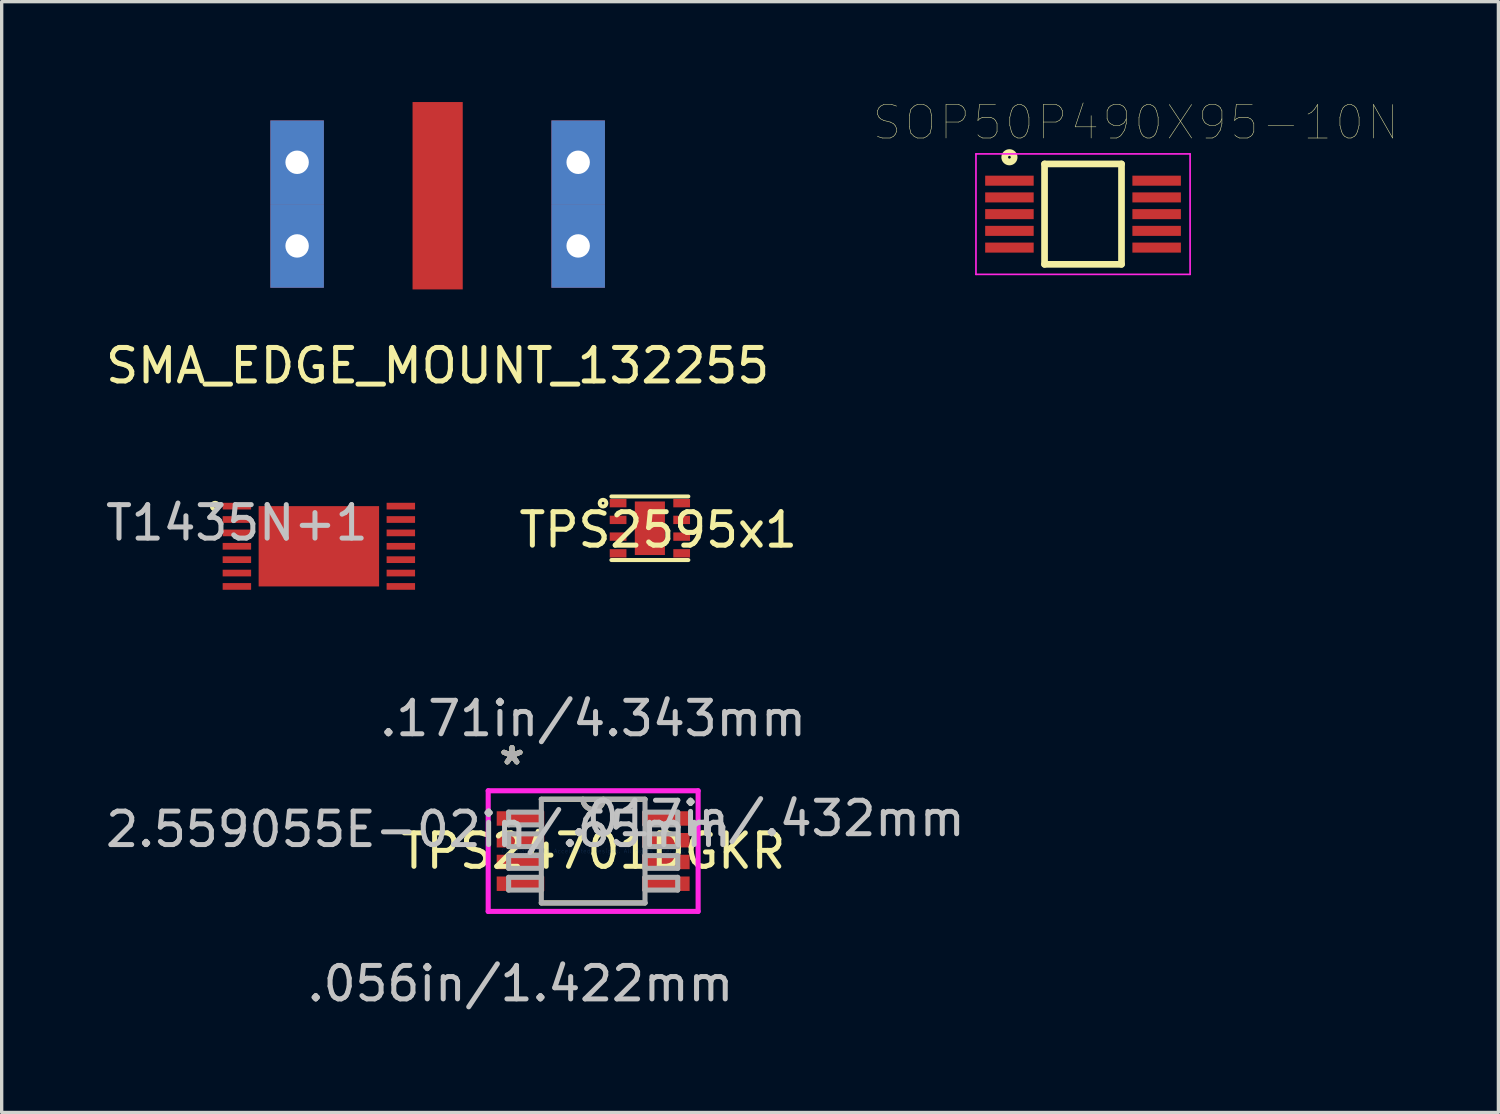
<source format=kicad_pcb>
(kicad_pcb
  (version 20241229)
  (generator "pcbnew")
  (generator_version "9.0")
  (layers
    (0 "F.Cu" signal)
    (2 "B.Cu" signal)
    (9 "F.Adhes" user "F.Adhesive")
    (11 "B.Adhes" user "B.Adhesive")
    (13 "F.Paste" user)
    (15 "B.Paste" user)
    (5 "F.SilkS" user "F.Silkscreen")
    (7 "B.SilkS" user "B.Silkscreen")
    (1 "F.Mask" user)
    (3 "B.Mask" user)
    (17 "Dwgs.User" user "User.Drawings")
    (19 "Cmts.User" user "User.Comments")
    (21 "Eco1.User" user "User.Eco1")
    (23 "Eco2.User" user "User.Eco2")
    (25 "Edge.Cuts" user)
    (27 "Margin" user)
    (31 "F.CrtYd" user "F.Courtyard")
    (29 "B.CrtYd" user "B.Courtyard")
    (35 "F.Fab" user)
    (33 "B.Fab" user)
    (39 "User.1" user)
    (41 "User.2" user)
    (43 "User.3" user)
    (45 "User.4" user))
  (footprint "SMA_EDGE_MOUNT_132255"
    (layer "F.Cu")
    (at 10.03 2.8)
    (property "Reference" "SMA_EDGE_MOUNT_132255" (at 0 5.08 0) (layer "F.SilkS") (effects (font (size 1 1) (thickness 0.15))))
    (attr through_hole)
    (pad "1" thru_hole rect (at -4.2 -1) (size 1.6 2.5) (drill 0.7) (layers "*.Cu" "*.Paste" "*.Mask"))
    (pad "1" thru_hole rect (at -4.2 1.5) (size 1.6 2.5) (drill 0.7) (layers "*.Cu" "*.Paste" "*.Mask"))
    (pad "2" smd rect (at 0 0) (size 1.5 5.6) (layers "F.Cu" "F.Mask" "F.Paste"))
    (pad "3" thru_hole rect (at 4.2 -1) (size 1.6 2.5) (drill 0.7) (layers "*.Cu" "*.Paste" "*.Mask"))
    (pad "3" thru_hole rect (at 4.2 1.5) (size 1.6 2.5) (drill 0.7) (layers "*.Cu" "*.Paste" "*.Mask")))
  (footprint "TPS24701DGKR"
    (layer "F.Cu")
    (at 14.678 22.387)
    (property "Reference" "TPS24701DGKR" (at 0 0 0) (layer "F.SilkS") (effects (font (size 1 1) (thickness 0.15))))
    (attr through_hole)
    (fp_line (start -1.549 1.549) (end 1.549 1.549) (stroke (width 0.152) (type solid)) (layer "F.SilkS"))
    (fp_line (start 1.549 -1.549) (end -1.549 -1.549) (stroke (width 0.152) (type solid)) (layer "F.SilkS"))
    (fp_arc (start 0.3048 -1.5494) (mid 0 -1.2446) (end -0.3048 -1.5494) (stroke (width 0.1524) (type solid)) (layer "F.SilkS"))
    (fp_line (start -3.137 -1.803) (end 3.137 -1.803) (stroke (width 0.152) (type solid)) (layer "F.CrtYd"))
    (fp_line (start -3.137 1.803) (end -3.137 -1.803) (stroke (width 0.152) (type solid)) (layer "F.CrtYd"))
    (fp_line (start 3.137 -1.803) (end 3.137 1.803) (stroke (width 0.152) (type solid)) (layer "F.CrtYd"))
    (fp_line (start 3.137 1.803) (end -3.137 1.803) (stroke (width 0.152) (type solid)) (layer "F.CrtYd"))
    (fp_line (start -2.527 -1.165) (end -2.527 -0.784) (stroke (width 0.152) (type solid)) (layer "F.Fab"))
    (fp_line (start -2.527 -0.784) (end -1.549 -0.784) (stroke (width 0.152) (type solid)) (layer "F.Fab"))
    (fp_line (start -2.527 -0.515) (end -2.527 -0.135) (stroke (width 0.152) (type solid)) (layer "F.Fab"))
    (fp_line (start -2.527 -0.135) (end -1.549 -0.135) (stroke (width 0.152) (type solid)) (layer "F.Fab"))
    (fp_line (start -2.527 0.135) (end -2.527 0.515) (stroke (width 0.152) (type solid)) (layer "F.Fab"))
    (fp_line (start -2.527 0.515) (end -1.549 0.515) (stroke (width 0.152) (type solid)) (layer "F.Fab"))
    (fp_line (start -2.527 0.784) (end -2.527 1.165) (stroke (width 0.152) (type solid)) (layer "F.Fab"))
    (fp_line (start -2.527 1.165) (end -1.549 1.165) (stroke (width 0.152) (type solid)) (layer "F.Fab"))
    (fp_line (start -1.549 -1.549) (end -1.549 1.549) (stroke (width 0.152) (type solid)) (layer "F.Fab"))
    (fp_line (start -1.549 -1.165) (end -2.527 -1.165) (stroke (width 0.152) (type solid)) (layer "F.Fab"))
    (fp_line (start -1.549 -0.784) (end -1.549 -1.165) (stroke (width 0.152) (type solid)) (layer "F.Fab"))
    (fp_line (start -1.549 -0.515) (end -2.527 -0.515) (stroke (width 0.152) (type solid)) (layer "F.Fab"))
    (fp_line (start -1.549 -0.135) (end -1.549 -0.515) (stroke (width 0.152) (type solid)) (layer "F.Fab"))
    (fp_line (start -1.549 0.135) (end -2.527 0.135) (stroke (width 0.152) (type solid)) (layer "F.Fab"))
    (fp_line (start -1.549 0.515) (end -1.549 0.135) (stroke (width 0.152) (type solid)) (layer "F.Fab"))
    (fp_line (start -1.549 0.784) (end -2.527 0.784) (stroke (width 0.152) (type solid)) (layer "F.Fab"))
    (fp_line (start -1.549 1.165) (end -1.549 0.784) (stroke (width 0.152) (type solid)) (layer "F.Fab"))
    (fp_line (start -1.549 1.549) (end 1.549 1.549) (stroke (width 0.152) (type solid)) (layer "F.Fab"))
    (fp_line (start 1.549 -1.549) (end -1.549 -1.549) (stroke (width 0.152) (type solid)) (layer "F.Fab"))
    (fp_line (start 1.549 -1.165) (end 1.549 -0.784) (stroke (width 0.152) (type solid)) (layer "F.Fab"))
    (fp_line (start 1.549 -0.784) (end 2.527 -0.784) (stroke (width 0.152) (type solid)) (layer "F.Fab"))
    (fp_line (start 1.549 -0.515) (end 1.549 -0.135) (stroke (width 0.152) (type solid)) (layer "F.Fab"))
    (fp_line (start 1.549 -0.135) (end 2.527 -0.135) (stroke (width 0.152) (type solid)) (layer "F.Fab"))
    (fp_line (start 1.549 0.135) (end 1.549 0.515) (stroke (width 0.152) (type solid)) (layer "F.Fab"))
    (fp_line (start 1.549 0.515) (end 2.527 0.515) (stroke (width 0.152) (type solid)) (layer "F.Fab"))
    (fp_line (start 1.549 0.784) (end 1.549 1.165) (stroke (width 0.152) (type solid)) (layer "F.Fab"))
    (fp_line (start 1.549 1.165) (end 2.527 1.165) (stroke (width 0.152) (type solid)) (layer "F.Fab"))
    (fp_line (start 1.549 1.549) (end 1.549 -1.549) (stroke (width 0.152) (type solid)) (layer "F.Fab"))
    (fp_line (start 2.527 -1.165) (end 1.549 -1.165) (stroke (width 0.152) (type solid)) (layer "F.Fab"))
    (fp_line (start 2.527 -0.784) (end 2.527 -1.165) (stroke (width 0.152) (type solid)) (layer "F.Fab"))
    (fp_line (start 2.527 -0.515) (end 1.549 -0.515) (stroke (width 0.152) (type solid)) (layer "F.Fab"))
    (fp_line (start 2.527 -0.135) (end 2.527 -0.515) (stroke (width 0.152) (type solid)) (layer "F.Fab"))
    (fp_line (start 2.527 0.135) (end 1.549 0.135) (stroke (width 0.152) (type solid)) (layer "F.Fab"))
    (fp_line (start 2.527 0.515) (end 2.527 0.135) (stroke (width 0.152) (type solid)) (layer "F.Fab"))
    (fp_line (start 2.527 0.784) (end 1.549 0.784) (stroke (width 0.152) (type solid)) (layer "F.Fab"))
    (fp_line (start 2.527 1.165) (end 2.527 0.784) (stroke (width 0.152) (type solid)) (layer "F.Fab"))
    (fp_arc (start 0.3048 -1.5494) (mid 0 -1.2446) (end -0.3048 -1.5494) (stroke (width 0.1524) (type solid)) (layer "F.Fab"))
    (fp_text user "*" (at -2.426 -2.55 0) (layer "F.SilkS") (effects (font (size 1 1) (thickness 0.15))))
    (fp_text user "*" (at -2.426 -2.55 0) (layer "F.SilkS") (effects (font (size 1 1) (thickness 0.15))))
    (fp_text user ".056in/1.422mm" (at -2.172 3.962 0) (layer "Dwgs.User") (effects (font (size 1 1) (thickness 0.15))))
    (fp_text user ".017in/.432mm" (at 5.22 -0.975 0) (layer "Dwgs.User") (effects (font (size 1 1) (thickness 0.15))))
    (fp_text user ".171in/4.343mm" (at 0 -3.962 0) (layer "Dwgs.User") (effects (font (size 1 1) (thickness 0.15))))
    (fp_text user "2.559055E-02in/.65mm" (at -5.22 -0.65 0) (layer "Dwgs.User") (effects (font (size 1 1) (thickness 0.15))))
    (fp_text user "Copyright 2016 Accelerated Designs. All rights reserved." (at 0 0 0) (layer "Cmts.User") (effects (font (size 0.127 0.127) (thickness 0.002))))
    (fp_text user "*" (at -2.426 -2.55 0) (layer "F.Fab") (effects (font (size 1 1) (thickness 0.15))))
    (fp_text user "*" (at -2.426 -2.55 0) (layer "F.Fab") (effects (font (size 1 1) (thickness 0.15))))
    (pad "1" smd rect (at -2.172 -0.975) (size 1.422 0.432) (layers "F.Cu" "F.Mask" "F.Paste"))
    (pad "2" smd rect (at -2.172 -0.325) (size 1.422 0.432) (layers "F.Cu" "F.Mask" "F.Paste"))
    (pad "3" smd rect (at -2.172 0.325) (size 1.422 0.432) (layers "F.Cu" "F.Mask" "F.Paste"))
    (pad "4" smd rect (at -2.172 0.975) (size 1.422 0.432) (layers "F.Cu" "F.Mask" "F.Paste"))
    (pad "5" smd rect (at 2.172 0.975) (size 1.422 0.432) (layers "F.Cu" "F.Mask" "F.Paste"))
    (pad "6" smd rect (at 2.172 0.325) (size 1.422 0.432) (layers "F.Cu" "F.Mask" "F.Paste"))
    (pad "7" smd rect (at 2.172 -0.325) (size 1.422 0.432) (layers "F.Cu" "F.Mask" "F.Paste"))
    (pad "8" smd rect (at 2.172 -0.975) (size 1.422 0.432) (layers "F.Cu" "F.Mask" "F.Paste")))
  (footprint "TPS2595x1"
    (layer "F.Cu")
    (at 16.373 12.738)
    (property "Reference" "TPS2595x1" (at 0.25 0.05 0) (layer "F.SilkS") (effects (font (size 1 1) (thickness 0.15))))
    (attr through_hole)
    (fp_line (start -1.15 0.95) (end 1.15 0.95) (stroke (width 0.12) (type solid)) (layer "F.SilkS"))
    (fp_line (start 1.15 -0.95) (end -1.15 -0.95) (stroke (width 0.12) (type solid)) (layer "F.SilkS"))
    (fp_circle (center -1.4 -0.75) (end -1.3 -0.75) (stroke (width 0.12) (type solid)) (fill no) (layer "F.SilkS"))
    (pad "1" smd rect (at -0.95 -0.75) (size 0.5 0.25) (layers "F.Cu" "F.Mask" "F.Paste"))
    (pad "2" smd rect (at -0.95 -0.25) (size 0.5 0.25) (layers "F.Cu" "F.Mask" "F.Paste"))
    (pad "3" smd rect (at -0.95 0.25) (size 0.5 0.25) (layers "F.Cu" "F.Mask" "F.Paste"))
    (pad "4" smd rect (at -0.95 0.75) (size 0.5 0.25) (layers "F.Cu" "F.Mask" "F.Paste"))
    (pad "5" smd rect (at 0.95 0.75) (size 0.5 0.25) (layers "F.Cu" "F.Mask" "F.Paste"))
    (pad "6" smd rect (at 0.95 0.25) (size 0.5 0.25) (layers "F.Cu" "F.Mask" "F.Paste"))
    (pad "7" smd rect (at 0.95 -0.25) (size 0.5 0.25) (layers "F.Cu" "F.Mask" "F.Paste"))
    (pad "8" smd rect (at 0 0) (size 0.9 1.6) (layers "F.Cu" "F.Mask" "F.Paste"))
    (pad "8" smd rect (at 0.95 -0.75) (size 0.5 0.25) (layers "F.Cu" "F.Mask" "F.Paste")))
  (footprint "T1435N+1"
    (layer "F.Cu")
    (at 6.48 13.277)
    (property "Reference" "T1435N+1" (at -2.45 -0.7 0) (layer "Dwgs.User") (effects (font (size 1 1) (thickness 0.15))))
    (attr through_hole)
    (fp_circle (center -3.1 -1.2) (end -3 -1.2) (stroke (width 0.12) (type solid)) (fill no) (layer "F.SilkS"))
    (pad "1" smd rect (at -2.45 -1.2) (size 0.85 0.2) (layers "F.Cu" "F.Mask" "F.Paste"))
    (pad "2" smd rect (at -2.45 -0.8) (size 0.85 0.2) (layers "F.Cu" "F.Mask" "F.Paste"))
    (pad "3" smd rect (at -2.45 -0.4) (size 0.85 0.2) (layers "F.Cu" "F.Mask" "F.Paste"))
    (pad "4" smd rect (at -2.45 0) (size 0.85 0.2) (layers "F.Cu" "F.Mask" "F.Paste"))
    (pad "5" smd rect (at -2.45 0.4) (size 0.85 0.2) (layers "F.Cu" "F.Mask" "F.Paste"))
    (pad "6" smd rect (at -2.45 0.8) (size 0.85 0.2) (layers "F.Cu" "F.Mask" "F.Paste"))
    (pad "7" smd rect (at -2.45 1.2) (size 0.85 0.2) (layers "F.Cu" "F.Mask" "F.Paste"))
    (pad "7" smd rect (at 0 0) (size 3.6 2.4) (layers "F.Cu" "F.Mask" "F.Paste"))
    (pad "8" smd rect (at 2.45 1.2) (size 0.85 0.2) (layers "F.Cu" "F.Mask" "F.Paste"))
    (pad "9" smd rect (at 2.45 0.8) (size 0.85 0.2) (layers "F.Cu" "F.Mask" "F.Paste"))
    (pad "10" smd rect (at 2.45 0.4) (size 0.85 0.2) (layers "F.Cu" "F.Mask" "F.Paste"))
    (pad "11" smd rect (at 2.45 0) (size 0.85 0.2) (layers "F.Cu" "F.Mask" "F.Paste"))
    (pad "12" smd rect (at 2.45 -0.4) (size 0.85 0.2) (layers "F.Cu" "F.Mask" "F.Paste"))
    (pad "13" smd rect (at 2.45 -0.8) (size 0.85 0.2) (layers "F.Cu" "F.Mask" "F.Paste"))
    (pad "14" smd rect (at 2.45 -1.2) (size 0.85 0.2) (layers "F.Cu" "F.Mask" "F.Paste")))
  (footprint "SOP50P490X95-10N"
    (layer "F.Cu")
    (at 29.319 3.35)
    (property "Reference" "SOP50P490X95-10N" (at 1.577 -2.738 0) (layer "F.SilkS") (effects (font (size 1.001 1.001) (thickness 0.015))))
    (attr through_hole)
    (fp_line (start -1.15 -1.5) (end 1.15 -1.5) (stroke (width 0.2) (type solid)) (layer "F.SilkS"))
    (fp_line (start -1.15 1.5) (end -1.15 -1.5) (stroke (width 0.2) (type solid)) (layer "F.SilkS"))
    (fp_line (start 1.15 -1.5) (end 1.15 1.5) (stroke (width 0.2) (type solid)) (layer "F.SilkS"))
    (fp_line (start 1.15 1.5) (end -1.15 1.5) (stroke (width 0.2) (type solid)) (layer "F.SilkS"))
    (fp_circle (center -2.2 -1.7) (end -2.059 -1.7) (stroke (width 0.2) (type solid)) (fill no) (layer "F.SilkS"))
    (fp_line (start -3.2 -1.8) (end 3.2 -1.8) (stroke (width 0.05) (type solid)) (layer "F.CrtYd"))
    (fp_line (start -3.2 1.8) (end -3.2 -1.8) (stroke (width 0.05) (type solid)) (layer "F.CrtYd"))
    (fp_line (start 3.2 -1.8) (end 3.2 1.8) (stroke (width 0.05) (type solid)) (layer "F.CrtYd"))
    (fp_line (start 3.2 1.8) (end -3.2 1.8) (stroke (width 0.05) (type solid)) (layer "F.CrtYd"))
    (pad "1" smd rect (at -2.2 -1) (size 1.45 0.3) (layers "F.Cu" "F.Mask" "F.Paste"))
    (pad "2" smd rect (at -2.2 -0.5) (size 1.45 0.3) (layers "F.Cu" "F.Mask" "F.Paste"))
    (pad "3" smd rect (at -2.2 0) (size 1.45 0.3) (layers "F.Cu" "F.Mask" "F.Paste"))
    (pad "4" smd rect (at -2.2 0.5) (size 1.45 0.3) (layers "F.Cu" "F.Mask" "F.Paste"))
    (pad "5" smd rect (at -2.2 1) (size 1.45 0.3) (layers "F.Cu" "F.Mask" "F.Paste"))
    (pad "6" smd rect (at 2.2 1) (size 1.45 0.3) (layers "F.Cu" "F.Mask" "F.Paste"))
    (pad "7" smd rect (at 2.2 0.5) (size 1.45 0.3) (layers "F.Cu" "F.Mask" "F.Paste"))
    (pad "8" smd rect (at 2.2 0) (size 1.45 0.3) (layers "F.Cu" "F.Mask" "F.Paste"))
    (pad "9" smd rect (at 2.2 -0.5) (size 1.45 0.3) (layers "F.Cu" "F.Mask" "F.Paste"))
    (pad "10" smd rect (at 2.2 -1) (size 1.45 0.3) (layers "F.Cu" "F.Mask" "F.Paste")))
  (gr_rect
    (start -3 -3)
    (end 41.733 30.198)
    (stroke (width 0.1) (type default))
    (fill no)
    (layer "Edge.Cuts")))
</source>
